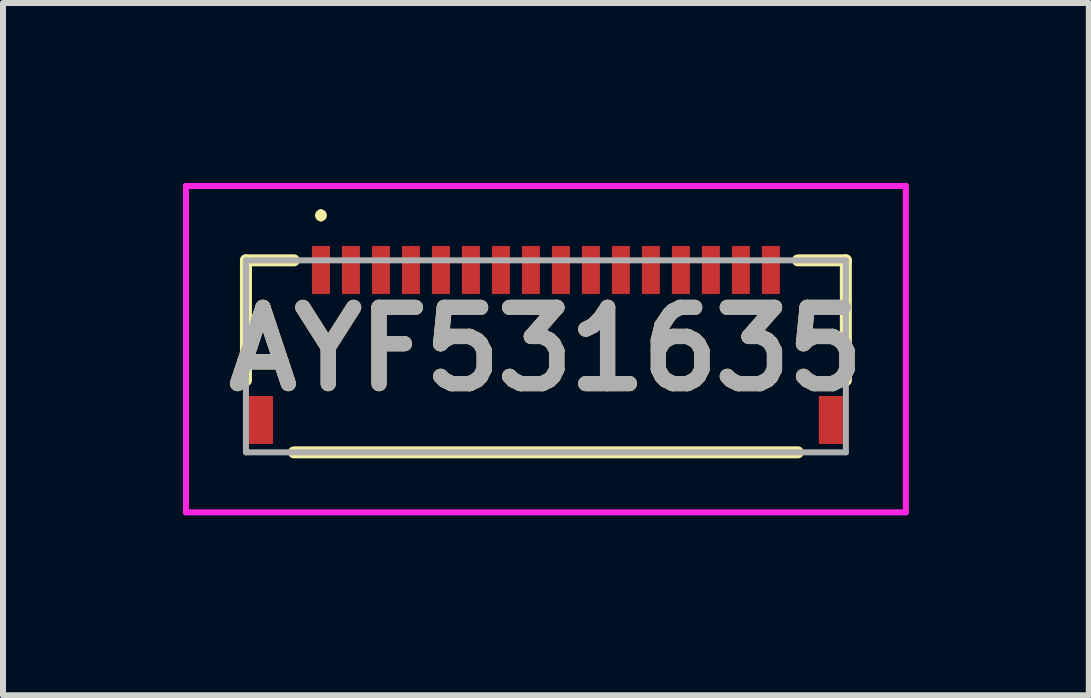
<source format=kicad_pcb>
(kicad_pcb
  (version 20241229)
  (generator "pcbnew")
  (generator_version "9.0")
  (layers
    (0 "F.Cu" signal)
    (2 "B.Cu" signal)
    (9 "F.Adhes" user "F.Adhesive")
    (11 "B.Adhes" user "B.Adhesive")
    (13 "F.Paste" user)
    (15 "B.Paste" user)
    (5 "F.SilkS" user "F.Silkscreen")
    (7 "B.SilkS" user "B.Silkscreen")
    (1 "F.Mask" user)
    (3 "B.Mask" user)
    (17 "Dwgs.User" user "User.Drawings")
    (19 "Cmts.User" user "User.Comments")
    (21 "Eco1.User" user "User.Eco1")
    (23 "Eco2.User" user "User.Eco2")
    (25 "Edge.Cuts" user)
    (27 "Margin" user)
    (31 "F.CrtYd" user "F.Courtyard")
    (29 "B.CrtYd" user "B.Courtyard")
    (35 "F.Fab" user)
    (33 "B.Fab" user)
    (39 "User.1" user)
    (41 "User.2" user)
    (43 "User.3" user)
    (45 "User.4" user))
  (footprint "AYF531635"
    (layer "F.Cu")
    (at 6.05 2.89)
    (property "Reference" "AYF531635" (at 0 -0.12 0) (layer "F.SilkS") (effects (font (size 1.27 1.27) (thickness 0.254))))
    (attr smd)
    (fp_line (start -5 -1.6) (end -5 0.4) (stroke (width 0.2) (type solid)) (layer "F.SilkS"))
    (fp_line (start -4.2 -1.6) (end -5 -1.6) (stroke (width 0.2) (type solid)) (layer "F.SilkS"))
    (fp_line (start -4.2 1.6) (end 4.2 1.6) (stroke (width 0.2) (type solid)) (layer "F.SilkS"))
    (fp_line (start -3.75 -2.4) (end -3.75 -2.4) (stroke (width 0.1) (type solid)) (layer "F.SilkS"))
    (fp_line (start -3.75 -2.3) (end -3.75 -2.3) (stroke (width 0.1) (type solid)) (layer "F.SilkS"))
    (fp_line (start 5 -1.6) (end 4.2 -1.6) (stroke (width 0.2) (type solid)) (layer "F.SilkS"))
    (fp_line (start 5 0.4) (end 5 -1.6) (stroke (width 0.2) (type solid)) (layer "F.SilkS"))
    (fp_arc (start -3.75 -2.4) (mid -3.7 -2.35) (end -3.75 -2.3) (stroke (width 0.1) (type solid)) (layer "F.SilkS"))
    (fp_arc (start -3.75 -2.3) (mid -3.8 -2.35) (end -3.75 -2.4) (stroke (width 0.1) (type solid)) (layer "F.SilkS"))
    (fp_line (start -6 -2.84) (end 6 -2.84) (stroke (width 0.1) (type solid)) (layer "F.CrtYd"))
    (fp_line (start -6 2.6) (end -6 -2.84) (stroke (width 0.1) (type solid)) (layer "F.CrtYd"))
    (fp_line (start 6 -2.84) (end 6 2.6) (stroke (width 0.1) (type solid)) (layer "F.CrtYd"))
    (fp_line (start 6 2.6) (end -6 2.6) (stroke (width 0.1) (type solid)) (layer "F.CrtYd"))
    (fp_line (start -5 -1.6) (end 5 -1.6) (stroke (width 0.1) (type solid)) (layer "F.Fab"))
    (fp_line (start -5 1.6) (end -5 -1.6) (stroke (width 0.1) (type solid)) (layer "F.Fab"))
    (fp_line (start 5 -1.6) (end 5 1.6) (stroke (width 0.1) (type solid)) (layer "F.Fab"))
    (fp_line (start 5 1.6) (end -5 1.6) (stroke (width 0.1) (type solid)) (layer "F.Fab"))
    (fp_text user "${REFERENCE}" (at 0 -0.12 0) (layer "F.Fab") (effects (font (size 1.27 1.27) (thickness 0.254))))
    (pad "1" smd rect (at -3.75 -1.44) (size 0.3 0.8) (layers "F.Cu" "F.Mask" "F.Paste"))
    (pad "2" smd rect (at -3.25 -1.44) (size 0.3 0.8) (layers "F.Cu" "F.Mask" "F.Paste"))
    (pad "3" smd rect (at -2.75 -1.44) (size 0.3 0.8) (layers "F.Cu" "F.Mask" "F.Paste"))
    (pad "4" smd rect (at -2.25 -1.44) (size 0.3 0.8) (layers "F.Cu" "F.Mask" "F.Paste"))
    (pad "5" smd rect (at -1.75 -1.44) (size 0.3 0.8) (layers "F.Cu" "F.Mask" "F.Paste"))
    (pad "6" smd rect (at -1.25 -1.44) (size 0.3 0.8) (layers "F.Cu" "F.Mask" "F.Paste"))
    (pad "7" smd rect (at -0.75 -1.44) (size 0.3 0.8) (layers "F.Cu" "F.Mask" "F.Paste"))
    (pad "8" smd rect (at -0.25 -1.44) (size 0.3 0.8) (layers "F.Cu" "F.Mask" "F.Paste"))
    (pad "9" smd rect (at 0.25 -1.44) (size 0.3 0.8) (layers "F.Cu" "F.Mask" "F.Paste"))
    (pad "10" smd rect (at 0.75 -1.44) (size 0.3 0.8) (layers "F.Cu" "F.Mask" "F.Paste"))
    (pad "11" smd rect (at 1.25 -1.44) (size 0.3 0.8) (layers "F.Cu" "F.Mask" "F.Paste"))
    (pad "12" smd rect (at 1.75 -1.44) (size 0.3 0.8) (layers "F.Cu" "F.Mask" "F.Paste"))
    (pad "13" smd rect (at 2.25 -1.44) (size 0.3 0.8) (layers "F.Cu" "F.Mask" "F.Paste"))
    (pad "14" smd rect (at 2.75 -1.44) (size 0.3 0.8) (layers "F.Cu" "F.Mask" "F.Paste"))
    (pad "15" smd rect (at 3.25 -1.44) (size 0.3 0.8) (layers "F.Cu" "F.Mask" "F.Paste"))
    (pad "16" smd rect (at 3.75 -1.44) (size 0.3 0.8) (layers "F.Cu" "F.Mask" "F.Paste"))
    (pad "MP1" smd rect (at -4.75 1.06) (size 0.4 0.8) (layers "F.Cu" "F.Mask" "F.Paste"))
    (pad "MP2" smd rect (at 4.75 1.06) (size 0.4 0.8) (layers "F.Cu" "F.Mask" "F.Paste")))
  (gr_rect
    (start -3 -3)
    (end 15.1 8.54)
    (stroke (width 0.1) (type default))
    (fill no)
    (layer "Edge.Cuts")))
</source>
